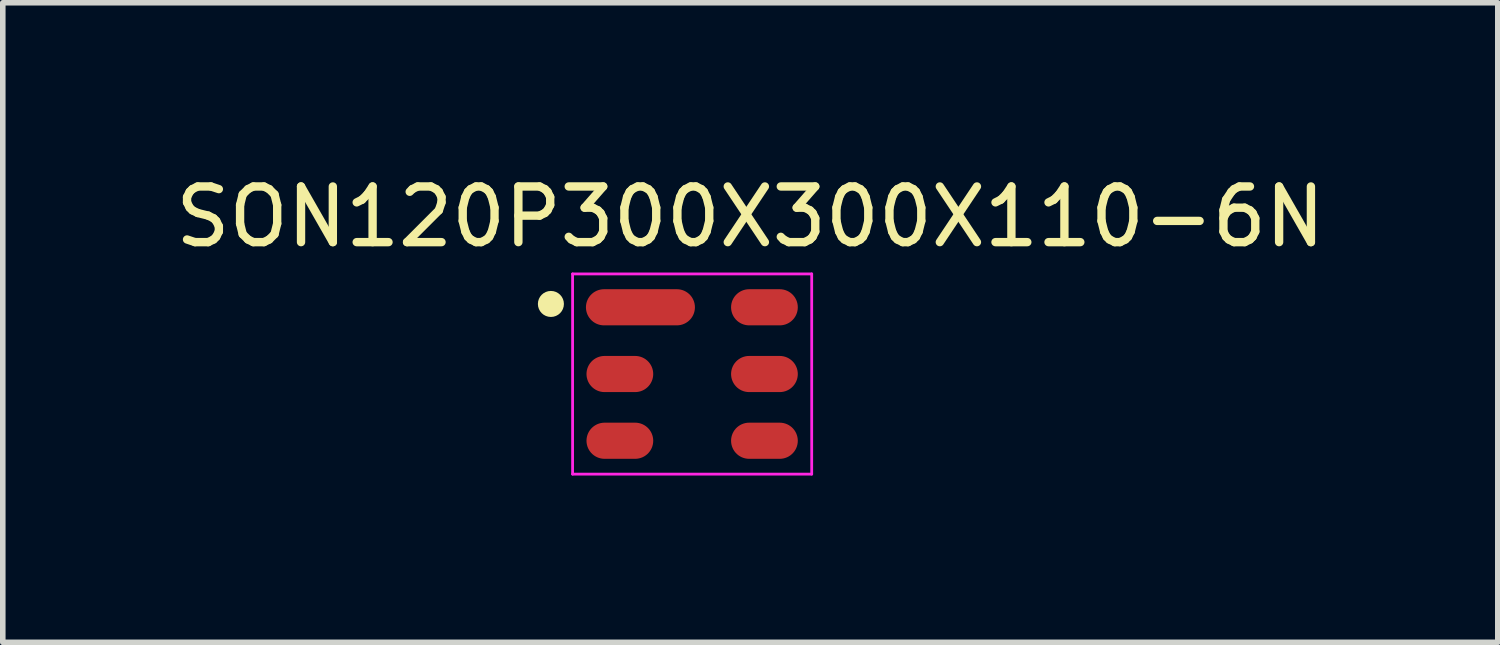
<source format=kicad_pcb>
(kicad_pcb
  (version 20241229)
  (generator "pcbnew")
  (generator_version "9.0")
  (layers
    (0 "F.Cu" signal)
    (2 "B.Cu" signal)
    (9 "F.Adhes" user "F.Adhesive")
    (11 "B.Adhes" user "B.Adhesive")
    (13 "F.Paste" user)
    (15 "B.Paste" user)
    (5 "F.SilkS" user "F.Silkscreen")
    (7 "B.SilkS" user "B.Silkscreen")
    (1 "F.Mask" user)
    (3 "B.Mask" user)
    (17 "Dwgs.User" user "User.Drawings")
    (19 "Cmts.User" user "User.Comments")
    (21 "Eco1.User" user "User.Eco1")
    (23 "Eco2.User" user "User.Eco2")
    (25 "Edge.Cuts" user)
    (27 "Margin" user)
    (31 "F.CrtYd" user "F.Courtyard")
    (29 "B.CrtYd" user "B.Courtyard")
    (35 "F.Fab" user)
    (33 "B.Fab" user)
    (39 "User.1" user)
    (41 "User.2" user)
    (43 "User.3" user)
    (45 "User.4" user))
  (footprint "SON120P300X300X110-6N"
    (layer "F.Cu")
    (at 9.397 3.676)
    (property "Reference" "SON120P300X300X110-6N" (at 1.046 -2.827 0) (layer "F.SilkS") (effects (font (size 1.001 1.001) (thickness 0.15))))
    (attr through_hole)
    (fp_circle (center -2.54 -1.26) (end -2.306 -1.26) (stroke (width 0) (type solid)) (fill yes) (layer "F.SilkS"))
    (fp_line (start -2.15 -1.8) (end 2.15 -1.8) (stroke (width 0.05) (type solid)) (layer "F.CrtYd"))
    (fp_line (start -2.15 1.8) (end -2.15 -1.8) (stroke (width 0.05) (type solid)) (layer "F.CrtYd"))
    (fp_line (start 2.15 -1.8) (end 2.15 1.8) (stroke (width 0.05) (type solid)) (layer "F.CrtYd"))
    (fp_line (start 2.15 1.8) (end -2.15 1.8) (stroke (width 0.05) (type solid)) (layer "F.CrtYd"))
    (pad "1" smd oval (at -0.93 -1.2) (size 1.96 0.65) (layers "F.Cu" "F.Mask" "F.Paste"))
    (pad "2" smd oval (at -1.3 0) (size 1.2 0.65) (layers "F.Cu" "F.Mask" "F.Paste"))
    (pad "3" smd oval (at -1.3 1.2) (size 1.2 0.65) (layers "F.Cu" "F.Mask" "F.Paste"))
    (pad "4" smd oval (at 1.3 1.2 180) (size 1.2 0.65) (layers "F.Cu" "F.Mask" "F.Paste"))
    (pad "5" smd oval (at 1.3 0 180) (size 1.2 0.65) (layers "F.Cu" "F.Mask" "F.Paste"))
    (pad "6" smd oval (at 1.3 -1.2 180) (size 1.2 0.65) (layers "F.Cu" "F.Mask" "F.Paste")))
  (gr_rect
    (start -3 -3)
    (end 23.885 8.501)
    (stroke (width 0.1) (type default))
    (fill no)
    (layer "Edge.Cuts")))
</source>
